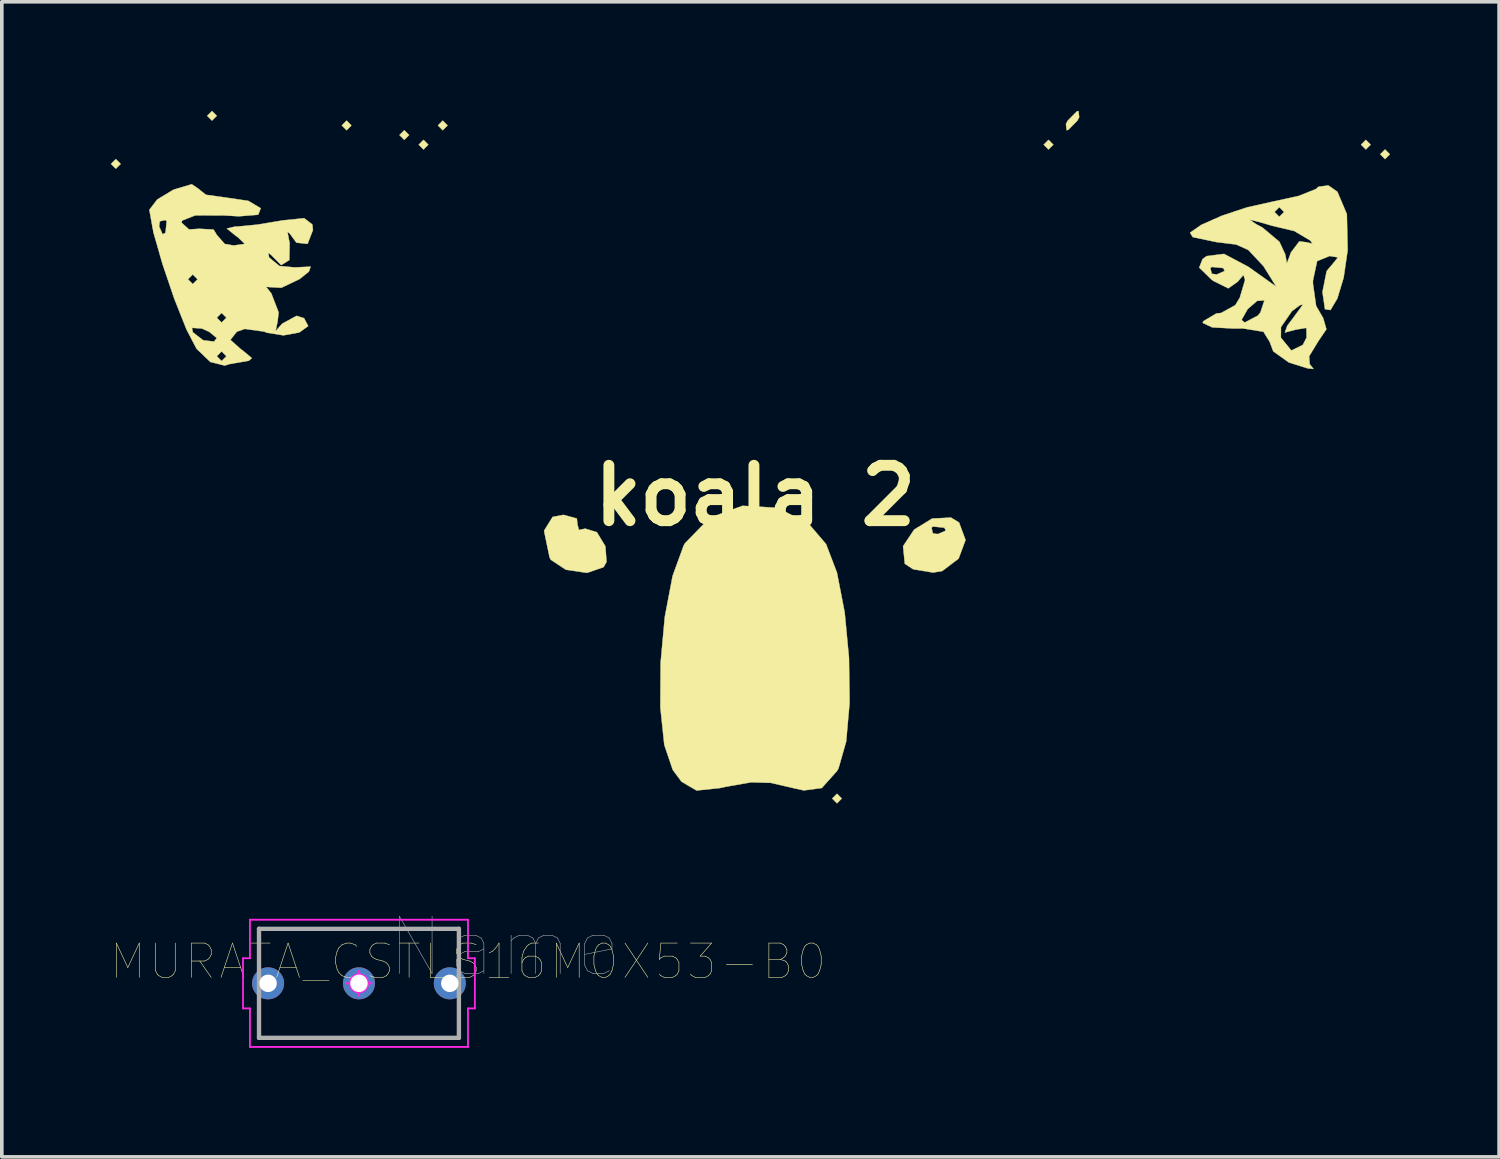
<source format=kicad_pcb>
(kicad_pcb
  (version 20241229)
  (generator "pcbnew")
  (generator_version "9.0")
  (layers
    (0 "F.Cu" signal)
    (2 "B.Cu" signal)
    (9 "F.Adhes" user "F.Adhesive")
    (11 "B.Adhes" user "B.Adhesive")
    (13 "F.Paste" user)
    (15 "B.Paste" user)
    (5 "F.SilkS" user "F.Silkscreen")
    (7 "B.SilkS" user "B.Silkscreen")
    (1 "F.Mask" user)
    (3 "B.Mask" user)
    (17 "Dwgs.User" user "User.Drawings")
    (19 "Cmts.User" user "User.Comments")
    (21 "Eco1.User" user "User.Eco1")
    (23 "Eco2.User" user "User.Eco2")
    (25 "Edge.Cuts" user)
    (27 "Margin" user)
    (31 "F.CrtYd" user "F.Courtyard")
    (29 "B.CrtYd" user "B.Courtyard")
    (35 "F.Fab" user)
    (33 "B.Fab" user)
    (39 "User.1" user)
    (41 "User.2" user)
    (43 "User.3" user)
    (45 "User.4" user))
  (footprint "koala 2"
    (layer "F.Cu")
    (at 17.732 10.588)
    (property "Reference" "koala 2" (at 0 0 0) (layer "F.SilkS") (effects (font (size 1.524 1.524) (thickness 0.3))))
    (attr through_hole)
    (fp_poly (pts (xy -17.462 -9.128) (xy -17.595 -8.996) (xy -17.727 -9.128) (xy -17.595 -9.26) (xy -17.462 -9.128)) (stroke (width 0.01) (type solid)) (fill yes) (layer "F.SilkS"))
    (fp_poly (pts (xy -14.817 -10.451) (xy -14.949 -10.319) (xy -15.081 -10.451) (xy -14.949 -10.583) (xy -14.817 -10.451)) (stroke (width 0.01) (type solid)) (fill yes) (layer "F.SilkS"))
    (fp_poly (pts (xy -11.113 -10.186) (xy -11.245 -10.054) (xy -11.377 -10.186) (xy -11.245 -10.319) (xy -11.113 -10.186)) (stroke (width 0.01) (type solid)) (fill yes) (layer "F.SilkS"))
    (fp_poly (pts (xy -9.525 -9.922) (xy -9.657 -9.79) (xy -9.79 -9.922) (xy -9.657 -10.054) (xy -9.525 -9.922)) (stroke (width 0.01) (type solid)) (fill yes) (layer "F.SilkS"))
    (fp_poly (pts (xy -8.996 -9.657) (xy -9.128 -9.525) (xy -9.26 -9.657) (xy -9.128 -9.79) (xy -8.996 -9.657)) (stroke (width 0.01) (type solid)) (fill yes) (layer "F.SilkS"))
    (fp_poly (pts (xy -8.467 -10.186) (xy -8.599 -10.054) (xy -8.731 -10.186) (xy -8.599 -10.319) (xy -8.467 -10.186)) (stroke (width 0.01) (type solid)) (fill yes) (layer "F.SilkS"))
    (fp_poly (pts (xy 2.381 8.334) (xy 2.249 8.467) (xy 2.117 8.334) (xy 2.249 8.202) (xy 2.381 8.334)) (stroke (width 0.01) (type solid)) (fill yes) (layer "F.SilkS"))
    (fp_poly (pts (xy 8.202 -9.657) (xy 8.07 -9.525) (xy 7.937 -9.657) (xy 8.07 -9.79) (xy 8.202 -9.657)) (stroke (width 0.01) (type solid)) (fill yes) (layer "F.SilkS"))
    (fp_poly (pts (xy 16.933 -9.657) (xy 16.801 -9.525) (xy 16.669 -9.657) (xy 16.801 -9.79) (xy 16.933 -9.657)) (stroke (width 0.01) (type solid)) (fill yes) (layer "F.SilkS"))
    (fp_poly (pts (xy 17.462 -9.393) (xy 17.33 -9.26) (xy 17.198 -9.393) (xy 17.33 -9.525) (xy 17.462 -9.393)) (stroke (width 0.01) (type solid)) (fill yes) (layer "F.SilkS"))
    (fp_poly (pts (xy 8.913 -10.412) (xy 8.864 -10.319) (xy 8.614 -10.066) (xy 8.568 -10.054) (xy 8.55 -10.225) (xy 8.599 -10.319) (xy 8.848 -10.571) (xy 8.895 -10.583) (xy 8.913 -10.412)) (stroke (width 0.01) (type solid)) (fill yes) (layer "F.SilkS"))
    (fp_poly (pts (xy -4.909 0.63) (xy -4.893 0.791) (xy -4.852 0.945) (xy -4.679 0.908) (xy -4.358 1.007) (xy -4.124 1.393) (xy -4.092 1.824) (xy -4.174 1.969) (xy -4.63 2.125) (xy -5.212 2.039) (xy -5.626 1.764) (xy -5.66 1.698) (xy -5.812 0.967) (xy -5.576 0.586) (xy -5.276 0.529) (xy -4.909 0.63)) (stroke (width 0.01) (type solid)) (fill yes) (layer "F.SilkS"))
    (fp_poly (pts (xy 5.609 0.741) (xy 5.786 1.221) (xy 5.596 1.733) (xy 5.146 2.074) (xy 4.893 2.117) (xy 4.346 2.026) (xy 4.116 1.876) (xy 4.067 1.392) (xy 4.372 0.935) (xy 4.459 0.882) (xy 4.851 0.882) (xy 4.887 1.039) (xy 5.027 1.058) (xy 5.245 0.962) (xy 5.203 0.882) (xy 4.889 0.85) (xy 4.851 0.882) (xy 4.459 0.882) (xy 4.867 0.631) (xy 5.386 0.604) (xy 5.609 0.741)) (stroke (width 0.01) (type solid)) (fill yes) (layer "F.SilkS"))
    (fp_poly (pts (xy 0.608 0.335) (xy 1.468 0.771) (xy 1.948 1.332) (xy 2.248 2.118) (xy 2.461 3.214) (xy 2.579 4.461) (xy 2.596 5.698) (xy 2.502 6.766) (xy 2.291 7.505) (xy 2.249 7.578) (xy 1.83 8.046) (xy 1.335 8.111) (xy 1.103 8.06) (xy 0.423 7.903) (xy -0.114 7.888) (xy -0.81 8.011) (xy -0.975 8.047) (xy -1.615 8.114) (xy -2.029 7.871) (xy -2.27 7.546) (xy -2.503 6.86) (xy -2.612 5.823) (xy -2.604 4.595) (xy -2.489 3.337) (xy -2.274 2.208) (xy -1.968 1.369) (xy -1.938 1.316) (xy -1.249 0.607) (xy -0.349 0.28) (xy 0.608 0.335)) (stroke (width 0.01) (type solid)) (fill yes) (layer "F.SilkS"))
    (fp_poly (pts (xy -15.346 -8.461) (xy -15.116 -8.278) (xy -14.568 -8.202) (xy -13.95 -8.111) (xy -13.608 -7.908) (xy -13.676 -7.729) (xy -14.212 -7.686) (xy -14.607 -7.71) (xy -15.406 -7.713) (xy -15.771 -7.569) (xy -15.787 -7.511) (xy -15.58 -7.324) (xy -15.302 -7.343) (xy -14.905 -7.321) (xy -14.817 -7.175) (xy -14.599 -6.926) (xy -14.354 -6.883) (xy -14.047 -6.927) (xy -14.237 -7.111) (xy -14.287 -7.144) (xy -14.541 -7.35) (xy -14.316 -7.403) (xy -14.254 -7.404) (xy -13.692 -7.458) (xy -12.998 -7.574) (xy -12.412 -7.634) (xy -12.188 -7.461) (xy -12.171 -7.309) (xy -12.319 -6.927) (xy -12.626 -6.961) (xy -12.808 -7.21) (xy -12.872 -7.259) (xy -12.812 -6.945) (xy -12.822 -6.481) (xy -13.044 -6.343) (xy -13.32 -6.621) (xy -13.398 -6.682) (xy -13.379 -6.555) (xy -13.094 -6.319) (xy -12.671 -6.28) (xy -12.234 -6.301) (xy -12.283 -6.163) (xy -12.541 -5.958) (xy -13.039 -5.72) (xy -13.334 -5.736) (xy -13.459 -5.745) (xy -13.316 -5.563) (xy -13.115 -5.043) (xy -13.143 -4.796) (xy -13.199 -4.526) (xy -13.021 -4.727) (xy -13.019 -4.73) (xy -12.622 -4.947) (xy -12.416 -4.883) (xy -12.301 -4.666) (xy -12.546 -4.49) (xy -12.984 -4.41) (xy -13.445 -4.484) (xy -13.508 -4.513) (xy -14.046 -4.588) (xy -14.267 -4.51) (xy -14.442 -4.286) (xy -14.148 -4.024) (xy -14.121 -4.008) (xy -13.853 -3.785) (xy -13.935 -3.712) (xy -14.467 -3.62) (xy -14.597 -3.579) (xy -14.993 -3.677) (xy -15.159 -3.836) (xy -14.817 -3.836) (xy -14.684 -3.704) (xy -14.552 -3.836) (xy -14.684 -3.969) (xy -14.817 -3.836) (xy -15.159 -3.836) (xy -15.374 -4.042) (xy -15.652 -4.575) (xy -15.668 -4.617) (xy -15.5 -4.617) (xy -15.476 -4.495) (xy -15.193 -4.276) (xy -14.89 -4.239) (xy -14.817 -4.337) (xy -15.024 -4.507) (xy -15.227 -4.599) (xy -15.5 -4.617) (xy -15.668 -4.617) (xy -15.779 -4.895) (xy -14.817 -4.895) (xy -14.684 -4.763) (xy -14.552 -4.895) (xy -14.684 -5.027) (xy -14.817 -4.895) (xy -15.779 -4.895) (xy -15.986 -5.416) (xy -16.168 -5.953) (xy -15.61 -5.953) (xy -15.478 -5.821) (xy -15.346 -5.953) (xy -15.478 -6.085) (xy -15.61 -5.953) (xy -16.168 -5.953) (xy -16.31 -6.37) (xy -16.56 -7.243) (xy -16.59 -7.408) (xy -16.404 -7.408) (xy -16.307 -7.191) (xy -16.228 -7.232) (xy -16.196 -7.546) (xy -16.228 -7.585) (xy -16.385 -7.548) (xy -16.404 -7.408) (xy -16.59 -7.408) (xy -16.668 -7.841) (xy -16.669 -7.87) (xy -16.455 -8.149) (xy -16.007 -8.419) (xy -15.505 -8.568) (xy -15.346 -8.461)) (stroke (width 0.01) (type solid)) (fill yes) (layer "F.SilkS"))
    (fp_poly (pts (xy 16.019 -8.361) (xy 16.279 -7.746) (xy 16.301 -6.753) (xy 16.191 -6) (xy 16.017 -5.424) (xy 15.829 -5.107) (xy 15.677 -5.131) (xy 15.611 -5.58) (xy 15.61 -5.614) (xy 15.723 -6.179) (xy 15.941 -6.439) (xy 16.034 -6.556) (xy 15.809 -6.594) (xy 15.461 -6.454) (xy 15.347 -5.922) (xy 15.346 -5.836) (xy 15.433 -5.221) (xy 15.628 -4.884) (xy 15.716 -4.578) (xy 15.495 -4.252) (xy 15.24 -3.833) (xy 15.257 -3.617) (xy 15.362 -3.486) (xy 15.197 -3.503) (xy 14.684 -3.664) (xy 14.255 -3.969) (xy 14.155 -4.233) (xy 14.085 -4.346) (xy 14.464 -4.346) (xy 14.752 -3.993) (xy 15.066 -4.146) (xy 15.172 -4.352) (xy 15.166 -4.616) (xy 14.869 -4.567) (xy 14.573 -4.488) (xy 14.639 -4.674) (xy 14.817 -4.911) (xy 15.072 -5.259) (xy 14.982 -5.238) (xy 14.766 -5.074) (xy 14.466 -4.638) (xy 14.464 -4.346) (xy 14.085 -4.346) (xy 13.985 -4.509) (xy 13.416 -4.601) (xy 13.168 -4.598) (xy 12.574 -4.63) (xy 12.315 -4.751) (xy 12.324 -4.796) (xy 12.388 -4.834) (xy 13.381 -4.834) (xy 13.468 -4.763) (xy 13.834 -4.956) (xy 13.902 -5.045) (xy 14.01 -5.373) (xy 13.809 -5.358) (xy 13.549 -5.133) (xy 13.381 -4.834) (xy 12.388 -4.834) (xy 12.687 -5.012) (xy 12.82 -5.027) (xy 13.209 -5.241) (xy 13.333 -5.446) (xy 13.478 -5.934) (xy 13.433 -6.073) (xy 13.276 -5.887) (xy 13.017 -5.704) (xy 12.601 -5.911) (xy 12.552 -5.948) (xy 12.23 -6.262) (xy 12.524 -6.262) (xy 12.56 -6.105) (xy 12.7 -6.085) (xy 12.918 -6.182) (xy 12.876 -6.262) (xy 12.562 -6.293) (xy 12.524 -6.262) (xy 12.23 -6.262) (xy 12.216 -6.275) (xy 12.309 -6.51) (xy 12.421 -6.591) (xy 12.899 -6.651) (xy 13.57 -6.296) (xy 14.336 -5.75) (xy 13.984 -6.315) (xy 13.565 -6.762) (xy 13.232 -6.91) (xy 12.697 -6.976) (xy 12.568 -7.002) (xy 12.056 -7.11) (xy 12.039 -7.113) (xy 11.964 -7.235) (xy 12.272 -7.45) (xy 12.599 -7.595) (xy 13.601 -7.595) (xy 13.779 -7.472) (xy 13.957 -7.376) (xy 14.424 -6.984) (xy 14.583 -6.64) (xy 14.629 -6.393) (xy 14.727 -6.652) (xy 14.735 -6.684) (xy 14.971 -6.996) (xy 15.167 -6.972) (xy 15.333 -6.933) (xy 15.272 -7.021) (xy 14.832 -7.281) (xy 14.743 -7.302) (xy 14.23 -7.424) (xy 13.891 -7.523) (xy 13.601 -7.595) (xy 12.599 -7.595) (xy 12.838 -7.701) (xy 13.151 -7.805) (xy 14.287 -7.805) (xy 14.42 -7.673) (xy 14.552 -7.805) (xy 14.42 -7.938) (xy 14.287 -7.805) (xy 13.151 -7.805) (xy 13.537 -7.933) (xy 14.225 -8.087) (xy 14.951 -8.246) (xy 15.426 -8.435) (xy 15.498 -8.499) (xy 15.769 -8.536) (xy 16.019 -8.361)) (stroke (width 0.01) (type solid)) (fill yes) (layer "F.SilkS")))
  (footprint "MURATA_CSTLS16M0X53-B0"
    (layer "F.Cu")
    (at 6.827 24.008)
    (property "Reference" "MURATA_CSTLS16M0X53-B0" (at 3 -0.6 0) (layer "F.SilkS") (effects (font (size 0.945 0.945) (thickness 0.015))))
    (attr through_hole)
    (fp_line (start -3.19 -0.69) (end -3.19 0.69) (stroke (width 0.05) (type solid)) (layer "F.CrtYd"))
    (fp_line (start -3.19 0.69) (end -3 0.69) (stroke (width 0.05) (type solid)) (layer "F.CrtYd"))
    (fp_line (start -3 -1.75) (end -3 -0.69) (stroke (width 0.05) (type solid)) (layer "F.CrtYd"))
    (fp_line (start -3 -0.69) (end -3.19 -0.69) (stroke (width 0.05) (type solid)) (layer "F.CrtYd"))
    (fp_line (start -3 0.69) (end -3 1.75) (stroke (width 0.05) (type solid)) (layer "F.CrtYd"))
    (fp_line (start -3 1.75) (end 3 1.75) (stroke (width 0.05) (type solid)) (layer "F.CrtYd"))
    (fp_line (start 0 -0.35) (end 0 0.35) (stroke (width 0.05) (type solid)) (layer "F.CrtYd"))
    (fp_line (start 0.35 0) (end -0.35 0) (stroke (width 0.05) (type solid)) (layer "F.CrtYd"))
    (fp_line (start 3 -1.75) (end -3 -1.75) (stroke (width 0.05) (type solid)) (layer "F.CrtYd"))
    (fp_line (start 3 -0.69) (end 3 -1.75) (stroke (width 0.05) (type solid)) (layer "F.CrtYd"))
    (fp_line (start 3 0.69) (end 3.19 0.69) (stroke (width 0.05) (type solid)) (layer "F.CrtYd"))
    (fp_line (start 3 1.75) (end 3 0.69) (stroke (width 0.05) (type solid)) (layer "F.CrtYd"))
    (fp_line (start 3.19 -0.69) (end 3 -0.69) (stroke (width 0.05) (type solid)) (layer "F.CrtYd"))
    (fp_line (start 3.19 0.69) (end 3.19 -0.69) (stroke (width 0.05) (type solid)) (layer "F.CrtYd"))
    (fp_circle (center 0 0) (end 0.25 0) (stroke (width 0.05) (type solid)) (fill no) (layer "F.CrtYd"))
    (fp_line (start -2.75 -1.5) (end 2.75 -1.5) (stroke (width 0.12) (type solid)) (layer "F.Fab"))
    (fp_line (start -2.75 1.5) (end -2.75 -1.5) (stroke (width 0.12) (type solid)) (layer "F.Fab"))
    (fp_line (start 2.75 -1.5) (end 2.75 -0.62) (stroke (width 0.12) (type solid)) (layer "F.Fab"))
    (fp_line (start 2.75 -0.62) (end 2.75 1.5) (stroke (width 0.12) (type solid)) (layer "F.Fab"))
    (fp_line (start 2.75 1.5) (end -2.75 1.5) (stroke (width 0.12) (type solid)) (layer "F.Fab"))
    (fp_text user "Name" (at 4 -1 0) (layer "F.Fab") (effects (font (size 1.575 1.575) (thickness 0.015))))
    (pad "1" thru_hole circle (at 2.5 0) (size 0.88 0.88) (drill 0.48) (layers "*.Cu" "*.Mask"))
    (pad "2" thru_hole circle (at 0 0) (size 0.88 0.88) (drill 0.48) (layers "*.Cu" "*.Mask"))
    (pad "3" thru_hole circle (at -2.5 0) (size 0.88 0.88) (drill 0.48) (layers "*.Cu" "*.Mask")))
  (gr_rect
    (start -3 -3)
    (end 38.2 28.783)
    (stroke (width 0.1) (type default))
    (fill no)
    (layer "Edge.Cuts")))
</source>
